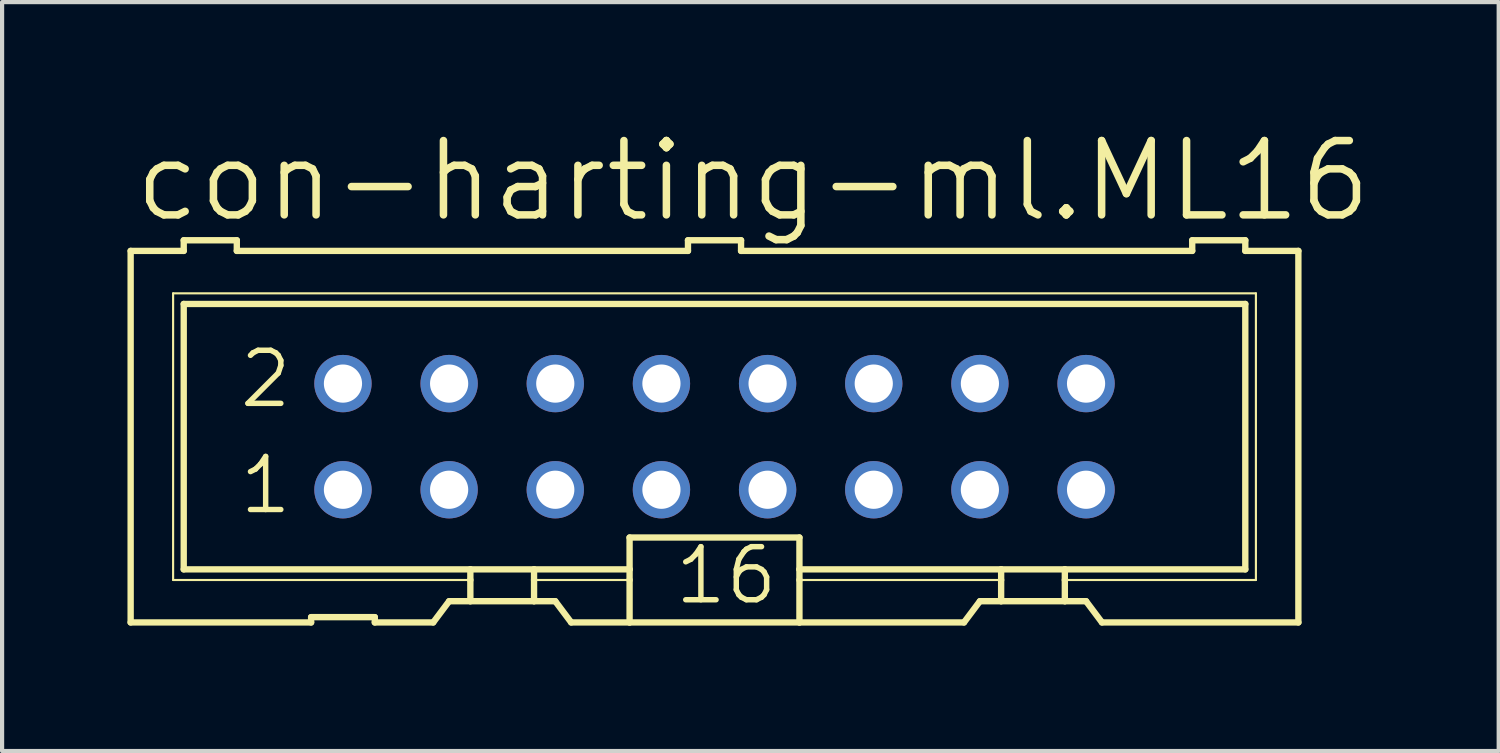
<source format=kicad_pcb>
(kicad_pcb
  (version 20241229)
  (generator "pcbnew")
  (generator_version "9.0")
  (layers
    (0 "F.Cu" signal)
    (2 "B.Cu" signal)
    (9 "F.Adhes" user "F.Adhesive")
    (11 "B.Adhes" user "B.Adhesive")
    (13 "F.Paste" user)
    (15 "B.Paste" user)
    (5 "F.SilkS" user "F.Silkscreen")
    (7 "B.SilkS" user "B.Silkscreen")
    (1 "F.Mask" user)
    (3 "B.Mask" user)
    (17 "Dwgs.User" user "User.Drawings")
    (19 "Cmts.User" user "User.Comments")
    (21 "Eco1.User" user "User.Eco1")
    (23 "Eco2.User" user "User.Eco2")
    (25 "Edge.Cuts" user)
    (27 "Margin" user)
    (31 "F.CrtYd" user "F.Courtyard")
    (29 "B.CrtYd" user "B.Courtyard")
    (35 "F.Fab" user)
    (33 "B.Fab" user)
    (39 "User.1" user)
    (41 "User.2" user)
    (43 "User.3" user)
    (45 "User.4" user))
  (footprint "con-harting-ml.ML16"
    (layer "F.Cu")
    (at 14.046 7.398)
    (property "Reference" "con-harting-ml.ML16" (at -13.97 -5.08 0) (layer "F.SilkS") (effects (font (size 1.778 1.778) (thickness 0.18)) (justify left bottom)))
    (attr through_hole)
    (fp_line (start -13.97 -4.445) (end -13.97 4.445) (stroke (width 0.152) (type default)) (layer "F.SilkS"))
    (fp_line (start -13.97 -4.445) (end -12.7 -4.445) (stroke (width 0.152) (type default)) (layer "F.SilkS"))
    (fp_line (start -13.97 4.445) (end -9.652 4.445) (stroke (width 0.152) (type default)) (layer "F.SilkS"))
    (fp_line (start -12.954 -3.429) (end -12.954 3.429) (stroke (width 0.051) (type default)) (layer "F.SilkS"))
    (fp_line (start -12.954 3.429) (end -5.842 3.429) (stroke (width 0.051) (type default)) (layer "F.SilkS"))
    (fp_line (start -12.7 -4.699) (end -12.7 -4.445) (stroke (width 0.152) (type default)) (layer "F.SilkS"))
    (fp_line (start -12.7 -3.175) (end -12.7 3.175) (stroke (width 0.152) (type default)) (layer "F.SilkS"))
    (fp_line (start -12.7 -3.175) (end 12.7 -3.175) (stroke (width 0.152) (type default)) (layer "F.SilkS"))
    (fp_line (start -11.43 -4.699) (end -12.7 -4.699) (stroke (width 0.152) (type default)) (layer "F.SilkS"))
    (fp_line (start -11.43 -4.699) (end -11.43 -4.445) (stroke (width 0.152) (type default)) (layer "F.SilkS"))
    (fp_line (start -11.43 -4.445) (end -0.635 -4.445) (stroke (width 0.152) (type default)) (layer "F.SilkS"))
    (fp_line (start -9.652 4.318) (end -9.652 4.445) (stroke (width 0.152) (type default)) (layer "F.SilkS"))
    (fp_line (start -9.652 4.318) (end -8.128 4.318) (stroke (width 0.152) (type default)) (layer "F.SilkS"))
    (fp_line (start -8.128 4.445) (end -8.128 4.318) (stroke (width 0.152) (type default)) (layer "F.SilkS"))
    (fp_line (start -8.128 4.445) (end -6.731 4.445) (stroke (width 0.152) (type default)) (layer "F.SilkS"))
    (fp_line (start -6.731 4.445) (end -6.35 3.937) (stroke (width 0.152) (type default)) (layer "F.SilkS"))
    (fp_line (start -5.842 3.175) (end -12.7 3.175) (stroke (width 0.152) (type default)) (layer "F.SilkS"))
    (fp_line (start -5.842 3.175) (end -5.842 3.429) (stroke (width 0.152) (type default)) (layer "F.SilkS"))
    (fp_line (start -5.842 3.429) (end -5.842 3.937) (stroke (width 0.152) (type default)) (layer "F.SilkS"))
    (fp_line (start -5.842 3.937) (end -6.35 3.937) (stroke (width 0.152) (type default)) (layer "F.SilkS"))
    (fp_line (start -4.318 3.175) (end -5.842 3.175) (stroke (width 0.152) (type default)) (layer "F.SilkS"))
    (fp_line (start -4.318 3.175) (end -4.318 3.429) (stroke (width 0.152) (type default)) (layer "F.SilkS"))
    (fp_line (start -4.318 3.429) (end -4.318 3.937) (stroke (width 0.152) (type default)) (layer "F.SilkS"))
    (fp_line (start -4.318 3.429) (end -2.032 3.429) (stroke (width 0.051) (type default)) (layer "F.SilkS"))
    (fp_line (start -4.318 3.937) (end -5.842 3.937) (stroke (width 0.152) (type default)) (layer "F.SilkS"))
    (fp_line (start -3.81 3.937) (end -4.318 3.937) (stroke (width 0.152) (type default)) (layer "F.SilkS"))
    (fp_line (start -3.81 3.937) (end -3.429 4.445) (stroke (width 0.152) (type default)) (layer "F.SilkS"))
    (fp_line (start -3.429 4.445) (end -2.032 4.445) (stroke (width 0.152) (type default)) (layer "F.SilkS"))
    (fp_line (start -2.032 3.175) (end -4.318 3.175) (stroke (width 0.152) (type default)) (layer "F.SilkS"))
    (fp_line (start -2.032 3.175) (end -2.032 2.413) (stroke (width 0.152) (type default)) (layer "F.SilkS"))
    (fp_line (start -2.032 3.175) (end -2.032 3.429) (stroke (width 0.152) (type default)) (layer "F.SilkS"))
    (fp_line (start -2.032 3.429) (end -2.032 4.445) (stroke (width 0.152) (type default)) (layer "F.SilkS"))
    (fp_line (start -0.635 -4.699) (end -0.635 -4.445) (stroke (width 0.152) (type default)) (layer "F.SilkS"))
    (fp_line (start 0.635 -4.699) (end -0.635 -4.699) (stroke (width 0.152) (type default)) (layer "F.SilkS"))
    (fp_line (start 0.635 -4.699) (end 0.635 -4.445) (stroke (width 0.152) (type default)) (layer "F.SilkS"))
    (fp_line (start 0.635 -4.445) (end 11.43 -4.445) (stroke (width 0.152) (type default)) (layer "F.SilkS"))
    (fp_line (start 2.032 2.413) (end -2.032 2.413) (stroke (width 0.152) (type default)) (layer "F.SilkS"))
    (fp_line (start 2.032 2.413) (end 2.032 3.175) (stroke (width 0.152) (type default)) (layer "F.SilkS"))
    (fp_line (start 2.032 3.175) (end 2.032 3.429) (stroke (width 0.152) (type default)) (layer "F.SilkS"))
    (fp_line (start 2.032 3.429) (end 2.032 4.445) (stroke (width 0.152) (type default)) (layer "F.SilkS"))
    (fp_line (start 2.032 4.445) (end -2.032 4.445) (stroke (width 0.152) (type default)) (layer "F.SilkS"))
    (fp_line (start 5.969 4.445) (end 2.032 4.445) (stroke (width 0.152) (type default)) (layer "F.SilkS"))
    (fp_line (start 5.969 4.445) (end 6.35 3.937) (stroke (width 0.152) (type default)) (layer "F.SilkS"))
    (fp_line (start 6.858 3.175) (end 2.032 3.175) (stroke (width 0.152) (type default)) (layer "F.SilkS"))
    (fp_line (start 6.858 3.175) (end 6.858 3.429) (stroke (width 0.152) (type default)) (layer "F.SilkS"))
    (fp_line (start 6.858 3.429) (end 2.032 3.429) (stroke (width 0.051) (type default)) (layer "F.SilkS"))
    (fp_line (start 6.858 3.429) (end 6.858 3.937) (stroke (width 0.152) (type default)) (layer "F.SilkS"))
    (fp_line (start 6.858 3.937) (end 6.35 3.937) (stroke (width 0.152) (type default)) (layer "F.SilkS"))
    (fp_line (start 8.382 3.175) (end 6.858 3.175) (stroke (width 0.152) (type default)) (layer "F.SilkS"))
    (fp_line (start 8.382 3.175) (end 8.382 3.429) (stroke (width 0.152) (type default)) (layer "F.SilkS"))
    (fp_line (start 8.382 3.429) (end 8.382 3.937) (stroke (width 0.152) (type default)) (layer "F.SilkS"))
    (fp_line (start 8.382 3.429) (end 12.954 3.429) (stroke (width 0.051) (type default)) (layer "F.SilkS"))
    (fp_line (start 8.382 3.937) (end 6.858 3.937) (stroke (width 0.152) (type default)) (layer "F.SilkS"))
    (fp_line (start 8.89 3.937) (end 8.382 3.937) (stroke (width 0.152) (type default)) (layer "F.SilkS"))
    (fp_line (start 8.89 3.937) (end 9.271 4.445) (stroke (width 0.152) (type default)) (layer "F.SilkS"))
    (fp_line (start 11.43 -4.445) (end 11.43 -4.699) (stroke (width 0.152) (type default)) (layer "F.SilkS"))
    (fp_line (start 12.7 -4.699) (end 11.43 -4.699) (stroke (width 0.152) (type default)) (layer "F.SilkS"))
    (fp_line (start 12.7 -4.445) (end 12.7 -4.699) (stroke (width 0.152) (type default)) (layer "F.SilkS"))
    (fp_line (start 12.7 -4.445) (end 13.97 -4.445) (stroke (width 0.152) (type default)) (layer "F.SilkS"))
    (fp_line (start 12.7 3.175) (end 8.382 3.175) (stroke (width 0.152) (type default)) (layer "F.SilkS"))
    (fp_line (start 12.7 3.175) (end 12.7 -3.175) (stroke (width 0.152) (type default)) (layer "F.SilkS"))
    (fp_line (start 12.954 -3.429) (end -12.954 -3.429) (stroke (width 0.051) (type default)) (layer "F.SilkS"))
    (fp_line (start 12.954 3.429) (end 12.954 -3.429) (stroke (width 0.051) (type default)) (layer "F.SilkS"))
    (fp_line (start 13.97 4.445) (end 9.271 4.445) (stroke (width 0.152) (type default)) (layer "F.SilkS"))
    (fp_line (start 13.97 4.445) (end 13.97 -4.445) (stroke (width 0.152) (type default)) (layer "F.SilkS"))
    (fp_rect (start -9.144 -1.016) (end -8.636 -1.524) (stroke (width 0.05) (type default)) (fill no) (layer "F.Fab"))
    (fp_rect (start -9.144 1.524) (end -8.636 1.016) (stroke (width 0.05) (type default)) (fill no) (layer "F.Fab"))
    (fp_rect (start -6.604 -1.016) (end -6.096 -1.524) (stroke (width 0.05) (type default)) (fill no) (layer "F.Fab"))
    (fp_rect (start -6.604 1.524) (end -6.096 1.016) (stroke (width 0.05) (type default)) (fill no) (layer "F.Fab"))
    (fp_rect (start -4.064 -1.016) (end -3.556 -1.524) (stroke (width 0.05) (type default)) (fill no) (layer "F.Fab"))
    (fp_rect (start -4.064 1.524) (end -3.556 1.016) (stroke (width 0.05) (type default)) (fill no) (layer "F.Fab"))
    (fp_rect (start -1.524 -1.016) (end -1.016 -1.524) (stroke (width 0.05) (type default)) (fill no) (layer "F.Fab"))
    (fp_rect (start -1.524 1.524) (end -1.016 1.016) (stroke (width 0.05) (type default)) (fill no) (layer "F.Fab"))
    (fp_rect (start 1.016 -1.016) (end 1.524 -1.524) (stroke (width 0.05) (type default)) (fill no) (layer "F.Fab"))
    (fp_rect (start 1.016 1.524) (end 1.524 1.016) (stroke (width 0.05) (type default)) (fill no) (layer "F.Fab"))
    (fp_rect (start 3.556 -1.016) (end 4.064 -1.524) (stroke (width 0.05) (type default)) (fill no) (layer "F.Fab"))
    (fp_rect (start 3.556 1.524) (end 4.064 1.016) (stroke (width 0.05) (type default)) (fill no) (layer "F.Fab"))
    (fp_rect (start 6.096 -1.016) (end 6.604 -1.524) (stroke (width 0.05) (type default)) (fill no) (layer "F.Fab"))
    (fp_rect (start 6.096 1.524) (end 6.604 1.016) (stroke (width 0.05) (type default)) (fill no) (layer "F.Fab"))
    (fp_rect (start 8.636 -1.016) (end 9.144 -1.524) (stroke (width 0.05) (type default)) (fill no) (layer "F.Fab"))
    (fp_rect (start 8.636 1.524) (end 9.144 1.016) (stroke (width 0.05) (type default)) (fill no) (layer "F.Fab"))
    (fp_text user "2" (at -11.43 -0.635 0) (layer "F.SilkS") (effects (font (size 1.27 1.27) (thickness 0.13)) (justify left bottom)))
    (fp_text user "1" (at -11.43 1.905 0) (layer "F.SilkS") (effects (font (size 1.27 1.27) (thickness 0.13)) (justify left bottom)))
    (fp_text user "16" (at -1.016 4.064 0) (layer "F.SilkS") (effects (font (size 1.27 1.27) (thickness 0.13)) (justify left bottom)))
    (pad "1" thru_hole circle (at -8.89 1.27) (size 1.372 1.372) (drill 0.914) (layers "*.Cu" "*.Mask"))
    (pad "2" thru_hole circle (at -8.89 -1.27) (size 1.372 1.372) (drill 0.914) (layers "*.Cu" "*.Mask"))
    (pad "3" thru_hole circle (at -6.35 1.27) (size 1.372 1.372) (drill 0.914) (layers "*.Cu" "*.Mask"))
    (pad "4" thru_hole circle (at -6.35 -1.27) (size 1.372 1.372) (drill 0.914) (layers "*.Cu" "*.Mask"))
    (pad "5" thru_hole circle (at -3.81 1.27) (size 1.372 1.372) (drill 0.914) (layers "*.Cu" "*.Mask"))
    (pad "6" thru_hole circle (at -3.81 -1.27) (size 1.372 1.372) (drill 0.914) (layers "*.Cu" "*.Mask"))
    (pad "7" thru_hole circle (at -1.27 1.27) (size 1.372 1.372) (drill 0.914) (layers "*.Cu" "*.Mask"))
    (pad "8" thru_hole circle (at -1.27 -1.27) (size 1.372 1.372) (drill 0.914) (layers "*.Cu" "*.Mask"))
    (pad "9" thru_hole circle (at 1.27 1.27) (size 1.372 1.372) (drill 0.914) (layers "*.Cu" "*.Mask"))
    (pad "10" thru_hole circle (at 1.27 -1.27) (size 1.372 1.372) (drill 0.914) (layers "*.Cu" "*.Mask"))
    (pad "11" thru_hole circle (at 3.81 1.27) (size 1.372 1.372) (drill 0.914) (layers "*.Cu" "*.Mask"))
    (pad "12" thru_hole circle (at 3.81 -1.27) (size 1.372 1.372) (drill 0.914) (layers "*.Cu" "*.Mask"))
    (pad "13" thru_hole circle (at 6.35 1.27) (size 1.372 1.372) (drill 0.914) (layers "*.Cu" "*.Mask"))
    (pad "14" thru_hole circle (at 6.35 -1.27) (size 1.372 1.372) (drill 0.914) (layers "*.Cu" "*.Mask"))
    (pad "15" thru_hole circle (at 8.89 1.27) (size 1.372 1.372) (drill 0.914) (layers "*.Cu" "*.Mask"))
    (pad "16" thru_hole circle (at 8.89 -1.27) (size 1.372 1.372) (drill 0.914) (layers "*.Cu" "*.Mask")))
  (gr_rect
    (start -3 -3)
    (end 32.809 14.919)
    (stroke (width 0.1) (type default))
    (fill no)
    (layer "Edge.Cuts")))
</source>
